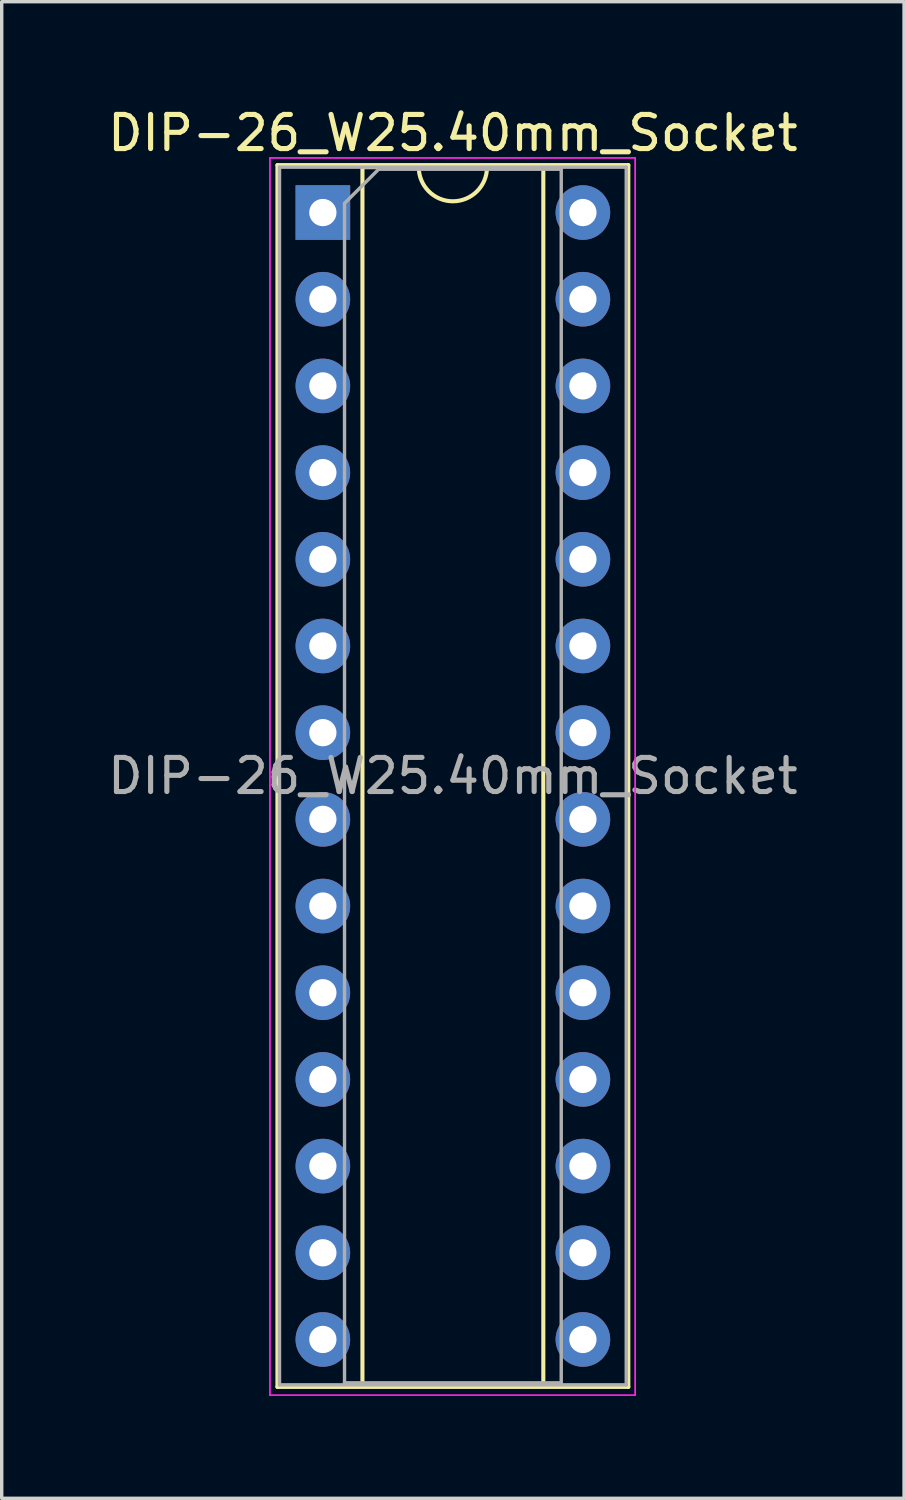
<source format=kicad_pcb>
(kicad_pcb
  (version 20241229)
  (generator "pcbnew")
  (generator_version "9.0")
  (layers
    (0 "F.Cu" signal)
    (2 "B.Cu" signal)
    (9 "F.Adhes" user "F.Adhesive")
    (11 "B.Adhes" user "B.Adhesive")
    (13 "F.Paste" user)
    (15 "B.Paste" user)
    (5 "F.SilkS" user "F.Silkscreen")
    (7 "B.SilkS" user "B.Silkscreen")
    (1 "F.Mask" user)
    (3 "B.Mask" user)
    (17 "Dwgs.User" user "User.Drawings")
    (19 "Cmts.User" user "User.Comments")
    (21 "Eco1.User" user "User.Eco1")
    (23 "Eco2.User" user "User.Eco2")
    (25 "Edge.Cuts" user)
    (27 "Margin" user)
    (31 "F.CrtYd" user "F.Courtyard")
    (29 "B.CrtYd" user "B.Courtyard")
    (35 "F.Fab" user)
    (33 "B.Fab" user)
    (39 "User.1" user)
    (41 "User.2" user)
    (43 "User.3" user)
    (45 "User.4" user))
  (footprint "DIP-26_W25.40mm_Socket"
    (layer "F.Cu")
    (at 6.41 3.178)
    (property "Reference" "DIP-26_W25.40mm_Socket" (at 3.81 -2.33 0) (layer "F.SilkS") (effects (font (size 1 1) (thickness 0.15))))
    (attr through_hole)
    (fp_line (start -1.33 -1.39) (end -1.33 34.41) (stroke (width 0.12) (type solid)) (layer "F.SilkS"))
    (fp_line (start -1.33 34.41) (end 8.95 34.41) (stroke (width 0.12) (type solid)) (layer "F.SilkS"))
    (fp_line (start 1.16 -1.33) (end 1.16 34.35) (stroke (width 0.12) (type solid)) (layer "F.SilkS"))
    (fp_line (start 1.16 34.35) (end 6.46 34.35) (stroke (width 0.12) (type solid)) (layer "F.SilkS"))
    (fp_line (start 2.81 -1.33) (end 1.16 -1.33) (stroke (width 0.12) (type solid)) (layer "F.SilkS"))
    (fp_line (start 6.46 -1.33) (end 4.81 -1.33) (stroke (width 0.12) (type solid)) (layer "F.SilkS"))
    (fp_line (start 6.46 34.35) (end 6.46 -1.33) (stroke (width 0.12) (type solid)) (layer "F.SilkS"))
    (fp_line (start 8.95 -1.39) (end -1.33 -1.39) (stroke (width 0.12) (type solid)) (layer "F.SilkS"))
    (fp_line (start 8.95 34.41) (end 8.95 -1.39) (stroke (width 0.12) (type solid)) (layer "F.SilkS"))
    (fp_arc (start 4.81 -1.33) (mid 3.81 -0.33) (end 2.81 -1.33) (stroke (width 0.12) (type solid)) (layer "F.SilkS"))
    (fp_line (start -1.55 -1.6) (end -1.55 34.65) (stroke (width 0.05) (type solid)) (layer "F.CrtYd"))
    (fp_line (start -1.55 34.65) (end 9.15 34.65) (stroke (width 0.05) (type solid)) (layer "F.CrtYd"))
    (fp_line (start 9.15 -1.6) (end -1.55 -1.6) (stroke (width 0.05) (type solid)) (layer "F.CrtYd"))
    (fp_line (start 9.15 34.65) (end 9.15 -1.6) (stroke (width 0.05) (type solid)) (layer "F.CrtYd"))
    (fp_line (start -1.27 -1.33) (end -1.27 34.35) (stroke (width 0.1) (type solid)) (layer "F.Fab"))
    (fp_line (start -1.27 34.35) (end 8.89 34.35) (stroke (width 0.1) (type solid)) (layer "F.Fab"))
    (fp_line (start 0.635 -0.27) (end 1.635 -1.27) (stroke (width 0.1) (type solid)) (layer "F.Fab"))
    (fp_line (start 0.635 34.29) (end 0.635 -0.27) (stroke (width 0.1) (type solid)) (layer "F.Fab"))
    (fp_line (start 1.635 -1.27) (end 6.985 -1.27) (stroke (width 0.1) (type solid)) (layer "F.Fab"))
    (fp_line (start 6.985 -1.27) (end 6.985 34.29) (stroke (width 0.1) (type solid)) (layer "F.Fab"))
    (fp_line (start 6.985 34.29) (end 0.635 34.29) (stroke (width 0.1) (type solid)) (layer "F.Fab"))
    (fp_line (start 8.89 -1.33) (end -1.27 -1.33) (stroke (width 0.1) (type solid)) (layer "F.Fab"))
    (fp_line (start 8.89 34.35) (end 8.89 -1.33) (stroke (width 0.1) (type solid)) (layer "F.Fab"))
    (fp_text user "${REFERENCE}" (at 3.81 16.51 0) (layer "F.Fab") (effects (font (size 1 1) (thickness 0.15))))
    (pad "1" thru_hole rect (at 0 0) (size 1.6 1.6) (drill 0.8) (layers "*.Cu" "*.Mask"))
    (pad "2" thru_hole oval (at 0 2.54) (size 1.6 1.6) (drill 0.8) (layers "*.Cu" "*.Mask"))
    (pad "3" thru_hole oval (at 0 5.08) (size 1.6 1.6) (drill 0.8) (layers "*.Cu" "*.Mask"))
    (pad "4" thru_hole oval (at 0 7.62) (size 1.6 1.6) (drill 0.8) (layers "*.Cu" "*.Mask"))
    (pad "5" thru_hole oval (at 0 10.16) (size 1.6 1.6) (drill 0.8) (layers "*.Cu" "*.Mask"))
    (pad "6" thru_hole oval (at 0 12.7) (size 1.6 1.6) (drill 0.8) (layers "*.Cu" "*.Mask"))
    (pad "7" thru_hole oval (at 0 15.24) (size 1.6 1.6) (drill 0.8) (layers "*.Cu" "*.Mask"))
    (pad "8" thru_hole oval (at 0 17.78) (size 1.6 1.6) (drill 0.8) (layers "*.Cu" "*.Mask"))
    (pad "9" thru_hole oval (at 0 20.32) (size 1.6 1.6) (drill 0.8) (layers "*.Cu" "*.Mask"))
    (pad "10" thru_hole oval (at 0 22.86) (size 1.6 1.6) (drill 0.8) (layers "*.Cu" "*.Mask"))
    (pad "11" thru_hole oval (at 0 25.4) (size 1.6 1.6) (drill 0.8) (layers "*.Cu" "*.Mask"))
    (pad "12" thru_hole oval (at 0 27.94) (size 1.6 1.6) (drill 0.8) (layers "*.Cu" "*.Mask"))
    (pad "13" thru_hole oval (at 0 30.48) (size 1.6 1.6) (drill 0.8) (layers "*.Cu" "*.Mask"))
    (pad "14" thru_hole oval (at 0 33.02) (size 1.6 1.6) (drill 0.8) (layers "*.Cu" "*.Mask"))
    (pad "15" thru_hole oval (at 7.62 33.02) (size 1.6 1.6) (drill 0.8) (layers "*.Cu" "*.Mask"))
    (pad "16" thru_hole oval (at 7.62 30.48) (size 1.6 1.6) (drill 0.8) (layers "*.Cu" "*.Mask"))
    (pad "17" thru_hole oval (at 7.62 27.94) (size 1.6 1.6) (drill 0.8) (layers "*.Cu" "*.Mask"))
    (pad "18" thru_hole oval (at 7.62 25.4) (size 1.6 1.6) (drill 0.8) (layers "*.Cu" "*.Mask"))
    (pad "19" thru_hole oval (at 7.62 22.86) (size 1.6 1.6) (drill 0.8) (layers "*.Cu" "*.Mask"))
    (pad "20" thru_hole oval (at 7.62 20.32) (size 1.6 1.6) (drill 0.8) (layers "*.Cu" "*.Mask"))
    (pad "21" thru_hole oval (at 7.62 17.78) (size 1.6 1.6) (drill 0.8) (layers "*.Cu" "*.Mask"))
    (pad "22" thru_hole oval (at 7.62 15.24) (size 1.6 1.6) (drill 0.8) (layers "*.Cu" "*.Mask"))
    (pad "23" thru_hole oval (at 7.62 12.7) (size 1.6 1.6) (drill 0.8) (layers "*.Cu" "*.Mask"))
    (pad "24" thru_hole oval (at 7.62 10.16) (size 1.6 1.6) (drill 0.8) (layers "*.Cu" "*.Mask"))
    (pad "25" thru_hole oval (at 7.62 7.62) (size 1.6 1.6) (drill 0.8) (layers "*.Cu" "*.Mask"))
    (pad "26" thru_hole oval (at 7.62 5.08) (size 1.6 1.6) (drill 0.8) (layers "*.Cu" "*.Mask"))
    (pad "27" thru_hole oval (at 7.62 2.54) (size 1.6 1.6) (drill 0.8) (layers "*.Cu" "*.Mask"))
    (pad "28" thru_hole oval (at 7.62 0) (size 1.6 1.6) (drill 0.8) (layers "*.Cu" "*.Mask")))
  (gr_rect
    (start -3 -3)
    (end 23.44 40.853)
    (stroke (width 0.1) (type default))
    (fill no)
    (layer "Edge.Cuts")))
</source>
